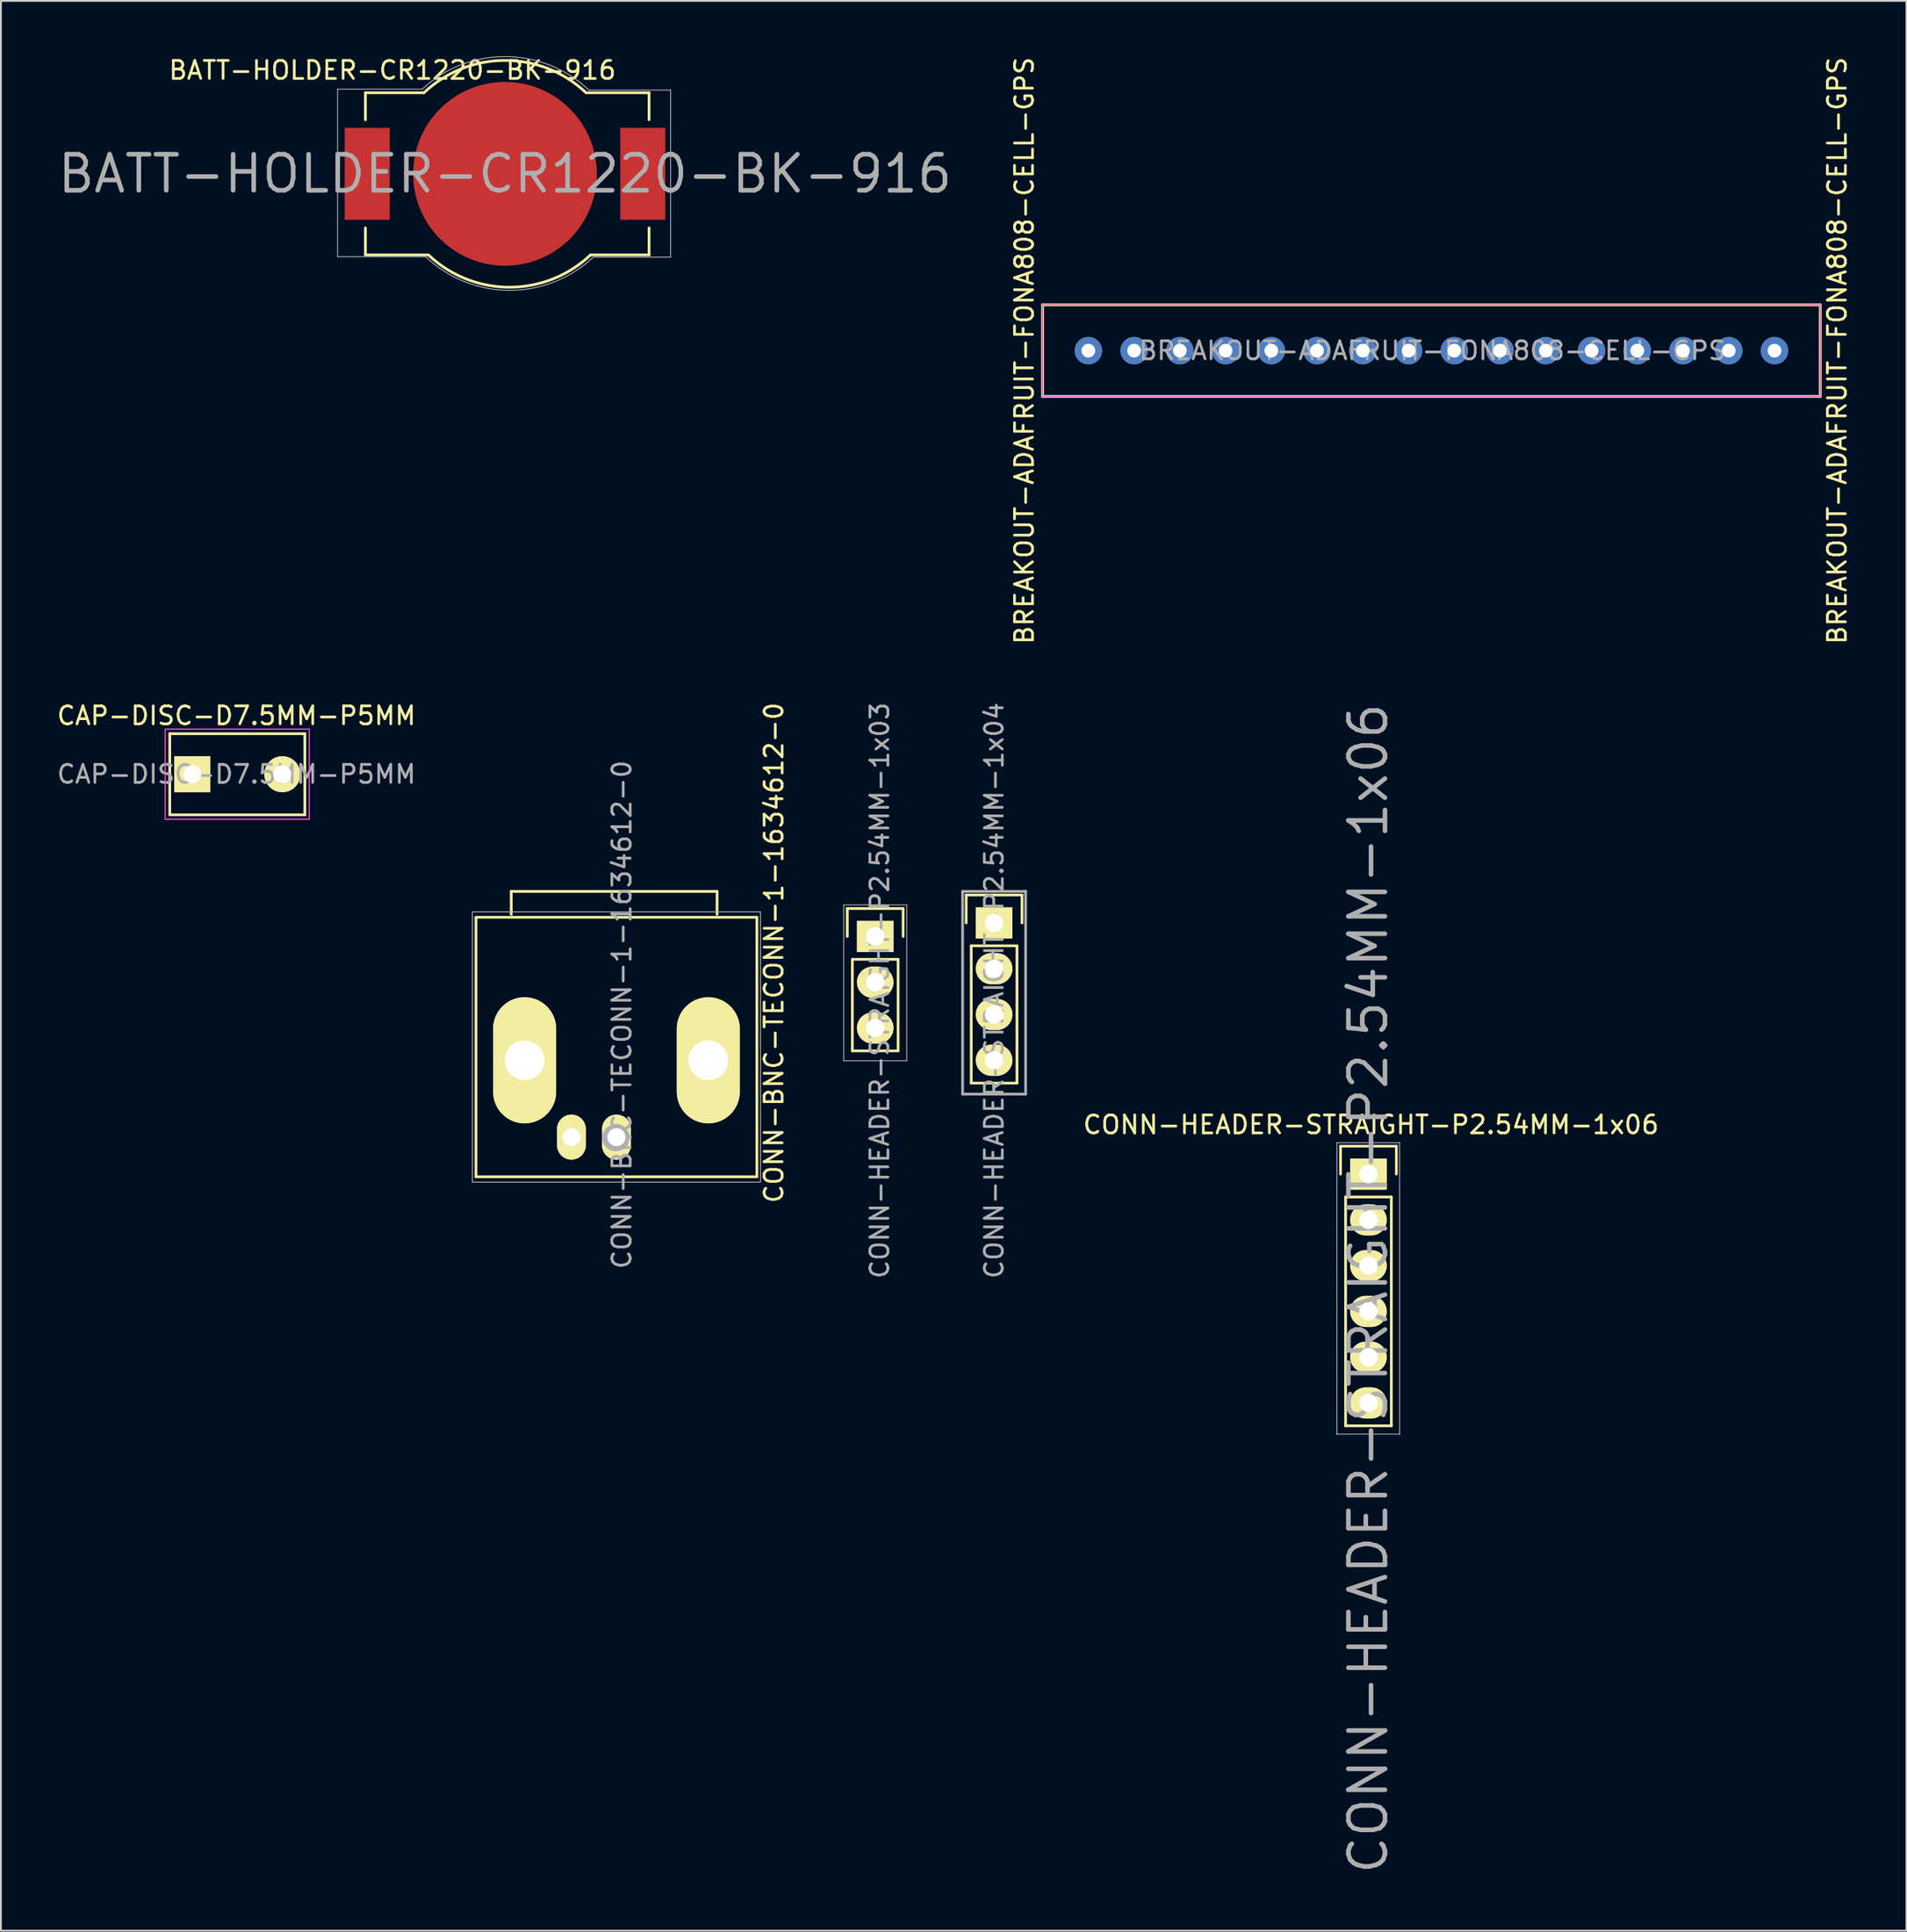
<source format=kicad_pcb>
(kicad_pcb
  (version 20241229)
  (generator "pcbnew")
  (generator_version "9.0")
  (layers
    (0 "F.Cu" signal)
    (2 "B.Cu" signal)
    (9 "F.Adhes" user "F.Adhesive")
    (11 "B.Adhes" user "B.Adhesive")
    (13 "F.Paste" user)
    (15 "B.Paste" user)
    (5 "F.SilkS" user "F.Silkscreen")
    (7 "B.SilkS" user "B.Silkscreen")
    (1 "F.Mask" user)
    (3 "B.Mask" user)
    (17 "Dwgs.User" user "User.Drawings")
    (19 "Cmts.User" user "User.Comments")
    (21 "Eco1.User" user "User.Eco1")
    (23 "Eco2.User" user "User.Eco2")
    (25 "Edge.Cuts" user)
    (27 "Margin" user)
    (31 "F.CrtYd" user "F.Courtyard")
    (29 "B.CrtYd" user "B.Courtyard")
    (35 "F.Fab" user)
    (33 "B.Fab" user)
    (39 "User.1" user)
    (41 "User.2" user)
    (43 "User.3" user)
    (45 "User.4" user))
  (footprint "CAP-DISC-D7.5MM-P5MM"
    (layer "F.Cu")
    (at 7.627 39.92)
    (property "Reference" "CAP-DISC-D7.5MM-P5MM" (at 2.45 0 0) (layer "F.Fab") (effects (font (size 1 1) (thickness 0.15))))
    (attr smd)
    (fp_line (start -1.25 -2.25) (end 6.25 -2.25) (stroke (width 0.15) (type solid)) (layer "F.SilkS"))
    (fp_line (start -1.25 2.25) (end -1.25 -2.25) (stroke (width 0.15) (type solid)) (layer "F.SilkS"))
    (fp_line (start 6.25 -2.25) (end 6.25 2.25) (stroke (width 0.15) (type solid)) (layer "F.SilkS"))
    (fp_line (start 6.25 2.25) (end -1.25 2.25) (stroke (width 0.15) (type solid)) (layer "F.SilkS"))
    (fp_line (start -1.5 -2.5) (end 6.5 -2.5) (stroke (width 0.05) (type solid)) (layer "F.CrtYd"))
    (fp_line (start -1.5 2.5) (end -1.5 -2.5) (stroke (width 0.05) (type solid)) (layer "F.CrtYd"))
    (fp_line (start 6.5 -2.5) (end 6.5 2.5) (stroke (width 0.05) (type solid)) (layer "F.CrtYd"))
    (fp_line (start 6.5 2.5) (end -1.5 2.5) (stroke (width 0.05) (type solid)) (layer "F.CrtYd"))
    (fp_line (start -1.5 -2.5) (end 6.5 -2.5) (stroke (width 0.05) (type solid)) (layer "F.Fab"))
    (fp_line (start -1.5 2.5) (end -1.5 -2.5) (stroke (width 0.05) (type solid)) (layer "F.Fab"))
    (fp_line (start 6.5 -2.5) (end 6.5 2.5) (stroke (width 0.05) (type solid)) (layer "F.Fab"))
    (fp_line (start 6.5 2.5) (end -1.5 2.5) (stroke (width 0.05) (type solid)) (layer "F.Fab"))
    (fp_text user "${REFERENCE}" (at 2.45 -3.25 0) (layer "F.SilkS") (effects (font (size 1 1) (thickness 0.15))))
    (pad "1" thru_hole rect (at 0 0) (size 2 2) (drill 1) (layers "*.Cu" "*.Mask" "F.SilkS"))
    (pad "2" thru_hole circle (at 5 0) (size 2 2) (drill 1) (layers "*.Cu" "*.Mask" "F.SilkS")))
  (footprint "CONN-HEADER-STRAIGHT-P2.54MM-1x04"
    (layer "F.Cu")
    (at 52.151 48.173)
    (property "Reference" "CONN-HEADER-STRAIGHT-P2.54MM-1x04" (at 0 3.75 90) (layer "F.Fab") (effects (font (size 1 1) (thickness 0.15))))
    (attr smd)
    (fp_line (start -1.55 -1.55) (end 1.55 -1.55) (stroke (width 0.15) (type solid)) (layer "F.SilkS"))
    (fp_line (start -1.55 0) (end -1.55 -1.55) (stroke (width 0.15) (type solid)) (layer "F.SilkS"))
    (fp_line (start -1.27 1.27) (end -1.27 8.89) (stroke (width 0.15) (type solid)) (layer "F.SilkS"))
    (fp_line (start -1.27 8.89) (end 1.27 8.89) (stroke (width 0.15) (type solid)) (layer "F.SilkS"))
    (fp_line (start 1.27 1.27) (end -1.27 1.27) (stroke (width 0.15) (type solid)) (layer "F.SilkS"))
    (fp_line (start 1.27 1.27) (end 1.27 8.89) (stroke (width 0.15) (type solid)) (layer "F.SilkS"))
    (fp_line (start 1.55 -1.55) (end 1.55 0) (stroke (width 0.15) (type solid)) (layer "F.SilkS"))
    (fp_line (start -1.75 -1.75) (end 1.75 -1.75) (stroke (width 0.152) (type solid)) (layer "F.Fab"))
    (fp_line (start -1.75 9.5) (end -1.75 -1.75) (stroke (width 0.152) (type solid)) (layer "F.Fab"))
    (fp_line (start 1.75 -1.75) (end 1.75 9.5) (stroke (width 0.152) (type solid)) (layer "F.Fab"))
    (fp_line (start 1.75 9.5) (end -1.75 9.5) (stroke (width 0.152) (type solid)) (layer "F.Fab"))
    (pad "1" thru_hole rect (at 0 0) (size 2.032 1.727) (drill 1.016) (layers "*.Cu" "*.Mask" "F.SilkS"))
    (pad "2" thru_hole oval (at 0 2.54) (size 2.032 1.727) (drill 1.016) (layers "*.Cu" "*.Mask" "F.SilkS"))
    (pad "3" thru_hole oval (at 0 5.08) (size 2.032 1.727) (drill 1.016) (layers "*.Cu" "*.Mask" "F.SilkS"))
    (pad "4" thru_hole oval (at 0 7.62) (size 2.032 1.727) (drill 1.016) (layers "*.Cu" "*.Mask" "F.SilkS")))
  (footprint "BATT-HOLDER-CR1220-BK-916"
    (layer "F.Cu")
    (at 24.991 6.598)
    (property "Reference" "BATT-HOLDER-CR1220-BK-916" (at 0 0 0) (layer "F.Fab") (effects (font (size 2 2) (thickness 0.254))))
    (attr smd)
    (fp_line (start -7.75 -4.5) (end -7.75 -3) (stroke (width 0.152) (type solid)) (layer "F.SilkS"))
    (fp_line (start -7.75 4.5) (end -7.75 3) (stroke (width 0.152) (type solid)) (layer "F.SilkS"))
    (fp_line (start -7.5 4.5) (end -7.75 4.5) (stroke (width 0.152) (type solid)) (layer "F.SilkS"))
    (fp_line (start -4.5 -4.5) (end -7.75 -4.5) (stroke (width 0.152) (type solid)) (layer "F.SilkS"))
    (fp_line (start -4.25 4.5) (end -7.5 4.5) (stroke (width 0.152) (type solid)) (layer "F.SilkS"))
    (fp_line (start 4.5 -4.5) (end 7.75 -4.5) (stroke (width 0.152) (type solid)) (layer "F.SilkS"))
    (fp_line (start 4.75 4.5) (end 8 4.5) (stroke (width 0.152) (type solid)) (layer "F.SilkS"))
    (fp_line (start 7.75 -4.5) (end 8 -4.5) (stroke (width 0.152) (type solid)) (layer "F.SilkS"))
    (fp_line (start 8 -4.5) (end 8 -3) (stroke (width 0.152) (type solid)) (layer "F.SilkS"))
    (fp_line (start 8 4.5) (end 8 3) (stroke (width 0.152) (type solid)) (layer "F.SilkS"))
    (fp_arc (start -4.5 -4.5) (mid -0.024369 -6.293081) (end 4.464494 -4.533387) (stroke (width 0.1524) (type solid)) (layer "F.SilkS"))
    (fp_arc (start 4.75 4.5) (mid 0.274369 6.293081) (end -4.214494 4.533387) (stroke (width 0.1524) (type solid)) (layer "F.SilkS"))
    (fp_line (start -9.296 -4.699) (end -4.597 -4.699) (stroke (width 0.05) (type solid)) (layer "F.Fab"))
    (fp_line (start -9.296 4.597) (end -9.296 -4.699) (stroke (width 0.05) (type solid)) (layer "F.Fab"))
    (fp_line (start -4.4 4.603) (end -9.296 4.597) (stroke (width 0.05) (type solid)) (layer "F.Fab"))
    (fp_line (start 4.674 -4.648) (end 9.195 -4.648) (stroke (width 0.05) (type solid)) (layer "F.Fab"))
    (fp_line (start 9.195 -4.648) (end 9.195 4.623) (stroke (width 0.05) (type solid)) (layer "F.Fab"))
    (fp_line (start 9.195 4.623) (end 4.902 4.623) (stroke (width 0.05) (type solid)) (layer "F.Fab"))
    (fp_arc (start -4.6 -4.7) (mid 0.038156 -6.507296) (end 4.655607 -4.647736) (stroke (width 0.0508) (type solid)) (layer "F.Fab"))
    (fp_arc (start 4.9022 4.6228) (mid 0.247289 6.465315) (end -4.399893 4.603389) (stroke (width 0.0508) (type solid)) (layer "F.Fab"))
    (fp_text user "${REFERENCE}" (at -6.25 -5.75 0) (layer "F.SilkS") (effects (font (size 1 1) (thickness 0.15))))
    (pad "1" smd rect (at -7.65 0) (size 2.5 5.1) (layers "F.Cu" "F.Mask" "F.Paste"))
    (pad "1" smd rect (at 7.65 0) (size 2.5 5.1) (layers "F.Cu" "F.Mask" "F.Paste"))
    (pad "GND" smd circle (at 0 0) (size 10.2 10.2) (layers "F.Cu" "F.Mask")))
  (footprint "BREAKOUT-ADAFRUIT-FONA808-CELL-GPS"
    (layer "F.Cu")
    (at 76.435 16.411)
    (property "Reference" "BREAKOUT-ADAFRUIT-FONA808-CELL-GPS" (at 0.051 0 0) (layer "F.Fab") (effects (font (size 1 1) (thickness 0.15))))
    (attr smd)
    (fp_line (start -21.59 -2.54) (end 21.59 -2.54) (stroke (width 0.152) (type solid)) (layer "F.SilkS"))
    (fp_line (start -21.59 2.54) (end -21.59 -2.54) (stroke (width 0.152) (type solid)) (layer "F.SilkS"))
    (fp_line (start 21.59 -2.54) (end 21.59 2.54) (stroke (width 0.152) (type solid)) (layer "F.SilkS"))
    (fp_line (start 21.59 2.54) (end -21.59 2.54) (stroke (width 0.152) (type solid)) (layer "F.SilkS"))
    (fp_line (start -21.59 -2.54) (end -21.59 2.54) (stroke (width 0.041) (type solid)) (layer "F.CrtYd"))
    (fp_line (start -21.59 2.54) (end 21.59 2.54) (stroke (width 0.041) (type solid)) (layer "F.CrtYd"))
    (fp_line (start 21.59 -2.54) (end -21.59 -2.54) (stroke (width 0.041) (type solid)) (layer "F.CrtYd"))
    (fp_line (start 21.59 2.54) (end 21.59 -2.54) (stroke (width 0.041) (type solid)) (layer "F.CrtYd"))
    (fp_line (start -21.59 -2.54) (end -21.59 2.54) (stroke (width 0.041) (type solid)) (layer "F.Fab"))
    (fp_line (start -21.59 2.54) (end 21.59 2.54) (stroke (width 0.041) (type solid)) (layer "F.Fab"))
    (fp_line (start 21.59 -2.54) (end -21.59 -2.54) (stroke (width 0.041) (type solid)) (layer "F.Fab"))
    (fp_line (start 21.59 2.54) (end 21.59 -2.54) (stroke (width 0.041) (type solid)) (layer "F.Fab"))
    (fp_text user "${REFERENCE}" (at 22.53 0 270) (layer "F.SilkS") (effects (font (size 1 1) (thickness 0.15))))
    (fp_text user "${REFERENCE}" (at -22.606 0 90) (layer "F.SilkS") (effects (font (size 1 1) (thickness 0.15))))
    (pad "1" thru_hole circle (at -19.05 0) (size 1.524 1.524) (drill 0.762) (layers "*.Cu" "*.Mask"))
    (pad "2" thru_hole circle (at -16.51 0) (size 1.524 1.524) (drill 0.762) (layers "*.Cu" "*.Mask"))
    (pad "3" thru_hole circle (at -13.97 0) (size 1.524 1.524) (drill 0.762) (layers "*.Cu" "*.Mask"))
    (pad "4" thru_hole circle (at -11.43 0) (size 1.524 1.524) (drill 0.762) (layers "*.Cu" "*.Mask"))
    (pad "5" thru_hole circle (at -8.89 0) (size 1.524 1.524) (drill 0.762) (layers "*.Cu" "*.Mask"))
    (pad "6" thru_hole circle (at -6.35 0) (size 1.524 1.524) (drill 0.762) (layers "*.Cu" "*.Mask"))
    (pad "7" thru_hole circle (at -3.81 0) (size 1.524 1.524) (drill 0.762) (layers "*.Cu" "*.Mask"))
    (pad "8" thru_hole circle (at -1.27 0) (size 1.524 1.524) (drill 0.762) (layers "*.Cu" "*.Mask"))
    (pad "9" thru_hole circle (at 1.27 0) (size 1.524 1.524) (drill 0.762) (layers "*.Cu" "*.Mask"))
    (pad "10" thru_hole circle (at 3.81 0) (size 1.524 1.524) (drill 0.762) (layers "*.Cu" "*.Mask"))
    (pad "11" thru_hole circle (at 6.35 0) (size 1.524 1.524) (drill 0.762) (layers "*.Cu" "*.Mask"))
    (pad "12" thru_hole circle (at 8.89 0) (size 1.524 1.524) (drill 0.762) (layers "*.Cu" "*.Mask"))
    (pad "13" thru_hole circle (at 11.43 0) (size 1.524 1.524) (drill 0.762) (layers "*.Cu" "*.Mask"))
    (pad "14" thru_hole circle (at 13.97 0) (size 1.524 1.524) (drill 0.762) (layers "*.Cu" "*.Mask"))
    (pad "15" thru_hole circle (at 16.51 0) (size 1.524 1.524) (drill 0.762) (layers "*.Cu" "*.Mask"))
    (pad "16" thru_hole circle (at 19.05 0) (size 1.524 1.524) (drill 0.762) (layers "*.Cu" "*.Mask")))
  (footprint "CONN-HEADER-STRAIGHT-P2.54MM-1x06"
    (layer "F.Cu")
    (at 72.938 68.463)
    (property "Reference" "CONN-HEADER-STRAIGHT-P2.54MM-1x06" (at -0.01 0 90) (layer "F.Fab") (effects (font (size 2.032 2.032) (thickness 0.254))))
    (attr smd)
    (fp_line (start -1.55 -7.9) (end 1.55 -7.9) (stroke (width 0.15) (type solid)) (layer "F.SilkS"))
    (fp_line (start -1.55 -6.35) (end -1.55 -7.9) (stroke (width 0.15) (type solid)) (layer "F.SilkS"))
    (fp_line (start -1.27 7.62) (end -1.27 -5.08) (stroke (width 0.15) (type solid)) (layer "F.SilkS"))
    (fp_line (start 1.27 -5.08) (end -1.27 -5.08) (stroke (width 0.15) (type solid)) (layer "F.SilkS"))
    (fp_line (start 1.27 -5.08) (end 1.27 7.62) (stroke (width 0.15) (type solid)) (layer "F.SilkS"))
    (fp_line (start 1.27 7.62) (end -1.27 7.62) (stroke (width 0.15) (type solid)) (layer "F.SilkS"))
    (fp_line (start 1.55 -7.9) (end 1.55 -6.35) (stroke (width 0.15) (type solid)) (layer "F.SilkS"))
    (fp_line (start -1.77 8.08) (end 1.73 8.08) (stroke (width 0.05) (type solid)) (layer "F.Fab"))
    (fp_line (start -1.76 -8.09) (end 1.74 -8.09) (stroke (width 0.05) (type solid)) (layer "F.Fab"))
    (fp_line (start -1.75 -8.1) (end -1.75 8.1) (stroke (width 0.05) (type solid)) (layer "F.Fab"))
    (fp_line (start 1.73 -8.11) (end 1.73 8.09) (stroke (width 0.05) (type solid)) (layer "F.Fab"))
    (fp_text user "${REFERENCE}" (at 0.14 -9.09 180) (layer "F.SilkS") (effects (font (size 1 1) (thickness 0.15))))
    (pad "1" thru_hole rect (at 0 -6.35) (size 2.032 1.727) (drill 1.016) (layers "*.Cu" "*.Mask" "F.SilkS"))
    (pad "2" thru_hole oval (at 0 -3.81) (size 2.032 1.727) (drill 1.016) (layers "*.Cu" "*.Mask" "F.SilkS"))
    (pad "3" thru_hole oval (at 0 -1.27) (size 2.032 1.727) (drill 1.016) (layers "*.Cu" "*.Mask" "F.SilkS"))
    (pad "4" thru_hole oval (at 0 1.27) (size 2.032 1.727) (drill 1.016) (layers "*.Cu" "*.Mask" "F.SilkS"))
    (pad "5" thru_hole oval (at 0 3.81) (size 2.032 1.727) (drill 1.016) (layers "*.Cu" "*.Mask" "F.SilkS"))
    (pad "6" thru_hole oval (at 0 6.35) (size 2.032 1.727) (drill 1.016) (layers "*.Cu" "*.Mask" "F.SilkS")))
  (footprint "CONN-BNC-TECONN-1-1634612-0"
    (layer "F.Cu")
    (at 31.18 55.06)
    (property "Reference" "CONN-BNC-TECONN-1-1634612-0" (at 0.3 -1.8 90) (layer "F.Fab") (effects (font (size 1.016 1.016) (thickness 0.152))))
    (attr smd)
    (fp_line (start -7.8 -7.201) (end -7.8 7.201) (stroke (width 0.15) (type solid)) (layer "F.SilkS"))
    (fp_line (start -7.8 7.201) (end 7.8 7.201) (stroke (width 0.15) (type solid)) (layer "F.SilkS"))
    (fp_line (start -5.842 -8.636) (end -5.842 -7.366) (stroke (width 0.152) (type solid)) (layer "F.SilkS"))
    (fp_line (start 5.588 -8.636) (end -5.842 -8.636) (stroke (width 0.152) (type solid)) (layer "F.SilkS"))
    (fp_line (start 5.588 -7.366) (end 5.588 -8.636) (stroke (width 0.152) (type solid)) (layer "F.SilkS"))
    (fp_line (start 7.8 -7.201) (end -7.8 -7.201) (stroke (width 0.15) (type solid)) (layer "F.SilkS"))
    (fp_line (start 7.8 7.201) (end 7.8 -7.201) (stroke (width 0.15) (type solid)) (layer "F.SilkS"))
    (fp_line (start -8 -7.5) (end 8 -7.5) (stroke (width 0.051) (type solid)) (layer "F.Fab"))
    (fp_line (start -8 7.5) (end -8 -7.5) (stroke (width 0.051) (type solid)) (layer "F.Fab"))
    (fp_line (start 8 -7.5) (end 8 7.5) (stroke (width 0.051) (type solid)) (layer "F.Fab"))
    (fp_line (start 8 7.5) (end -8 7.5) (stroke (width 0.051) (type solid)) (layer "F.Fab"))
    (fp_circle (center -0.025 5.029) (end 0.076 5.258) (stroke (width 0.508) (type solid)) (fill no) (layer "F.Fab"))
    (fp_text user "${REFERENCE}" (at 8.745 -5.232 90) (layer "F.SilkS") (effects (font (size 1 1) (thickness 0.15))))
    (pad "1" thru_hole oval (at 0 5.001) (size 1.6 2.499) (drill 1.001) (layers "*.Cu" "*.Mask" "F.SilkS"))
    (pad "2" thru_hole oval (at -5.098 0.737) (size 3.5 7) (drill 2.2) (layers "*.Cu" "*.Mask" "F.SilkS"))
    (pad "2" thru_hole oval (at -2.499 5.001) (size 1.6 2.499) (drill 1.001) (layers "*.Cu" "*.Mask" "F.SilkS"))
    (pad "2" thru_hole oval (at 5.1 0.737) (size 3.5 7) (drill 2.2) (layers "*.Cu" "*.Mask" "F.SilkS")))
  (footprint "CONN-HEADER-STRAIGHT-P2.54MM-1x03"
    (layer "F.Cu")
    (at 45.549 48.923)
    (property "Reference" "CONN-HEADER-STRAIGHT-P2.54MM-1x03" (at 0.25 3 90) (layer "F.Fab") (effects (font (size 1 1) (thickness 0.15))))
    (attr smd)
    (fp_line (start -1.55 -1.55) (end 1.55 -1.55) (stroke (width 0.15) (type solid)) (layer "F.SilkS"))
    (fp_line (start -1.55 0) (end -1.55 -1.55) (stroke (width 0.15) (type solid)) (layer "F.SilkS"))
    (fp_line (start -1.27 1.27) (end -1.27 6.35) (stroke (width 0.15) (type solid)) (layer "F.SilkS"))
    (fp_line (start -1.27 6.35) (end 1.27 6.35) (stroke (width 0.15) (type solid)) (layer "F.SilkS"))
    (fp_line (start 1.27 1.27) (end -1.27 1.27) (stroke (width 0.15) (type solid)) (layer "F.SilkS"))
    (fp_line (start 1.27 6.35) (end 1.27 1.27) (stroke (width 0.15) (type solid)) (layer "F.SilkS"))
    (fp_line (start 1.55 -1.55) (end 1.55 0) (stroke (width 0.15) (type solid)) (layer "F.SilkS"))
    (fp_line (start -1.75 -1.75) (end -1.75 6.9) (stroke (width 0.051) (type solid)) (layer "F.Fab"))
    (fp_line (start 1.75 -1.75) (end -1.75 -1.75) (stroke (width 0.051) (type solid)) (layer "F.Fab"))
    (fp_line (start 1.75 -1.75) (end 1.75 6.9) (stroke (width 0.051) (type solid)) (layer "F.Fab"))
    (fp_line (start 1.75 6.9) (end -1.75 6.9) (stroke (width 0.051) (type solid)) (layer "F.Fab"))
    (pad "1" thru_hole rect (at 0 0) (size 2.032 1.727) (drill 1.016) (layers "*.Cu" "*.Mask" "F.SilkS"))
    (pad "2" thru_hole oval (at 0 2.54) (size 2.032 1.727) (drill 1.016) (layers "*.Cu" "*.Mask" "F.SilkS"))
    (pad "3" thru_hole oval (at 0 5.08) (size 2.032 1.727) (drill 1.016) (layers "*.Cu" "*.Mask" "F.SilkS")))
  (gr_rect
    (start -3 -3)
    (end 102.813 104.104)
    (stroke (width 0.1) (type default))
    (fill no)
    (layer "Edge.Cuts")))
</source>
